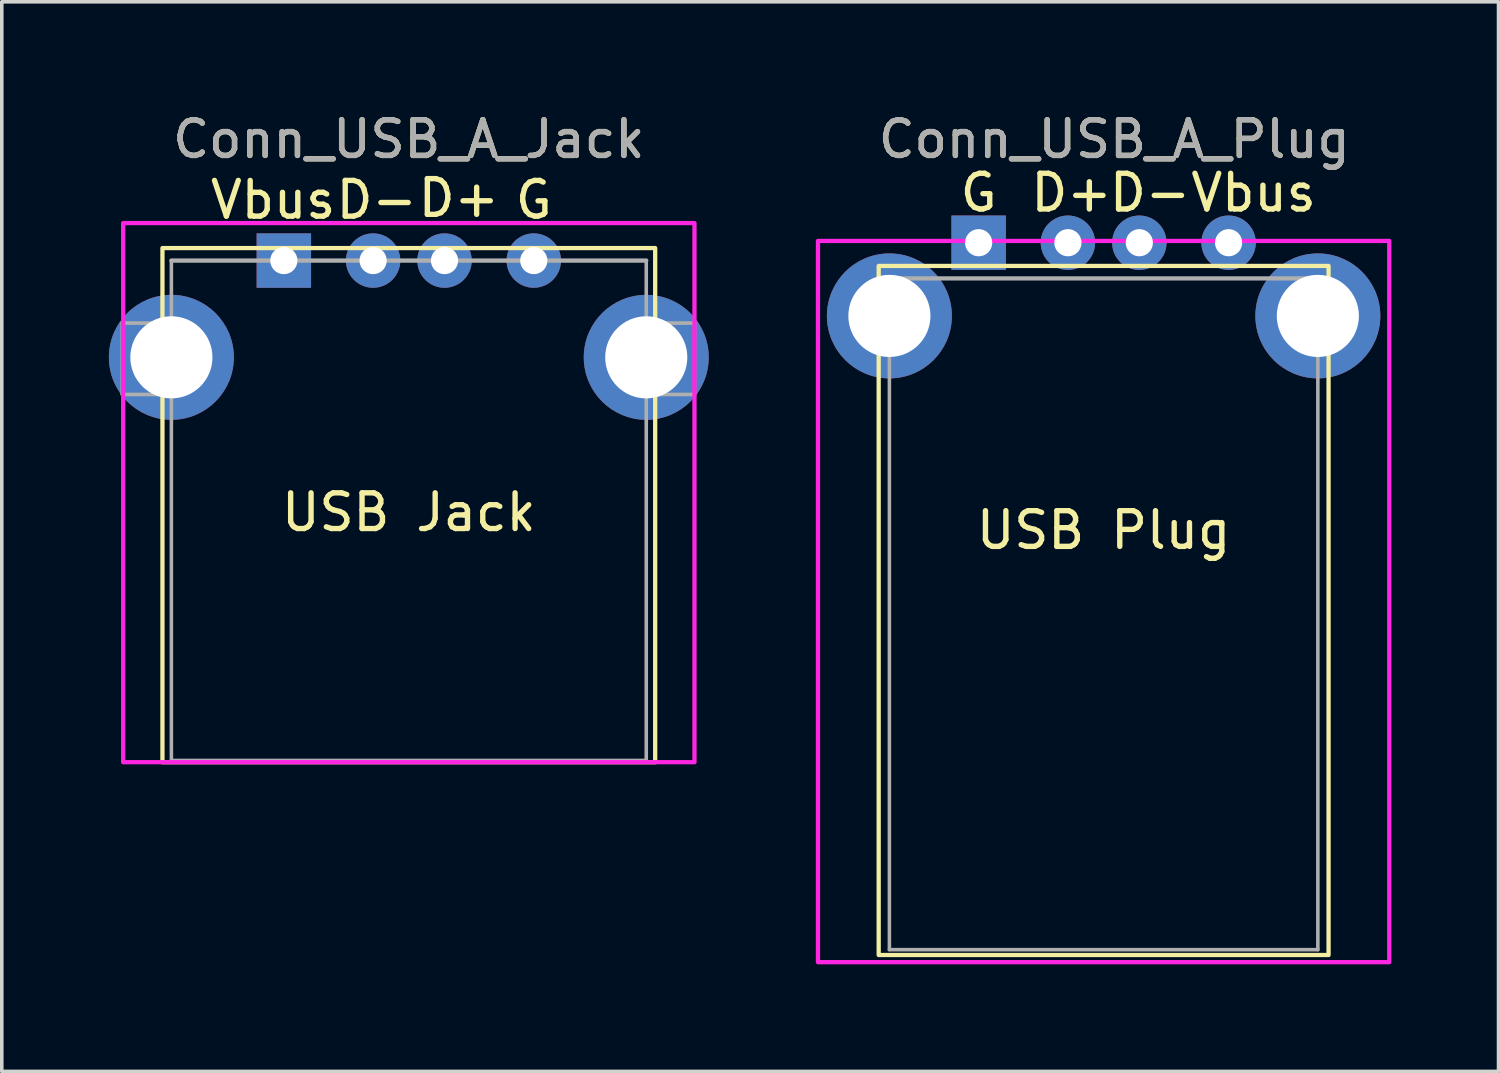
<source format=kicad_pcb>
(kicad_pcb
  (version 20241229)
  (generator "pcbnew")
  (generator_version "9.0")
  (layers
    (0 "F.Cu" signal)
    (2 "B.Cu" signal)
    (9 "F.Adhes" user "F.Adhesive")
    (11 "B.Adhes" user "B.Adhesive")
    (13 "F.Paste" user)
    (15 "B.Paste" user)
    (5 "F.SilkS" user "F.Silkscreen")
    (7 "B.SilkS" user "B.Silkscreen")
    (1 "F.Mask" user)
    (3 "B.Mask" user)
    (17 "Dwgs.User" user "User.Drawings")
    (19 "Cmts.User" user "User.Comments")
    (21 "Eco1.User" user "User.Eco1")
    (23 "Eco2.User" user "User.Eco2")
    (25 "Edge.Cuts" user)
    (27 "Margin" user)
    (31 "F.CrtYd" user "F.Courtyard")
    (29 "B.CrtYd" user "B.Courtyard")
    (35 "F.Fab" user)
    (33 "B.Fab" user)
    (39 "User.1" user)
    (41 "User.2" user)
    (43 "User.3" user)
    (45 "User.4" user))
  (footprint "Conn_USB_A_Jack"
    (layer "F.Cu")
    (at 8.4 4.248)
    (property "Reference" "Conn_USB_A_Jack" (at 0 -3.4 0) (unlocked yes) (layer "F.SilkS") (effects (font (size 1 1) (thickness 0.15))))
    (attr through_hole)
    (fp_rect (start -6.9 -0.35) (end 6.9 14.05) (stroke (width 0.12) (type solid)) (fill no) (layer "F.SilkS"))
    (fp_rect (start -8 -1.05) (end 8 14.05) (stroke (width 0.12) (type solid)) (fill no) (layer "F.CrtYd"))
    (fp_line (start -8.025 1.75) (end -8.025 3.75) (stroke (width 0.1) (type solid)) (layer "F.Fab"))
    (fp_line (start -8.025 3.75) (end -6.675 3.75) (stroke (width 0.1) (type solid)) (layer "F.Fab"))
    (fp_line (start -6.675 1.75) (end -8.025 1.75) (stroke (width 0.1) (type solid)) (layer "F.Fab"))
    (fp_line (start -6.65 0) (end 6.65 0) (stroke (width 0.12) (type solid)) (layer "F.Fab"))
    (fp_line (start -6.65 14) (end -6.65 0) (stroke (width 0.1) (type solid)) (layer "F.Fab"))
    (fp_line (start 6.65 0) (end 6.65 14) (stroke (width 0.1) (type solid)) (layer "F.Fab"))
    (fp_line (start 6.65 1.75) (end 8 1.75) (stroke (width 0.1) (type solid)) (layer "F.Fab"))
    (fp_line (start 6.65 14) (end -6.65 14) (stroke (width 0.1) (type solid)) (layer "F.Fab"))
    (fp_line (start 8 1.75) (end 8 3.75) (stroke (width 0.1) (type solid)) (layer "F.Fab"))
    (fp_line (start 8 3.75) (end 6.65 3.75) (stroke (width 0.1) (type solid)) (layer "F.Fab"))
    (fp_text user "D+" (at 1.4 -1.75 0) (unlocked yes) (layer "F.SilkS") (effects (font (size 1 1) (thickness 0.15))))
    (fp_text user "D-" (at -0.9 -1.7 0) (unlocked yes) (layer "F.SilkS") (effects (font (size 1 1) (thickness 0.15))))
    (fp_text user "Vbus" (at -3.8 -1.7 0) (unlocked yes) (layer "F.SilkS") (effects (font (size 1 1) (thickness 0.15))))
    (fp_text user "USB Jack" (at 0 7.05 0) (unlocked yes) (layer "F.SilkS") (effects (font (size 1 1) (thickness 0.15))))
    (fp_text user "G" (at 3.5 -1.7 0) (unlocked yes) (layer "F.SilkS") (effects (font (size 1 1) (thickness 0.15))))
    (fp_text user "${REFERENCE}" (at 0 -3.4 0) (unlocked yes) (layer "F.Fab") (effects (font (size 1 1) (thickness 0.15))))
    (pad "1" thru_hole rect (at -3.5 0) (size 1.524 1.524) (drill 0.762) (layers "*.Cu" "*.Mask"))
    (pad "2" thru_hole circle (at -1 0) (size 1.524 1.524) (drill 0.762) (layers "*.Cu" "*.Mask"))
    (pad "3" thru_hole circle (at 1 0) (size 1.524 1.524) (drill 0.762) (layers "*.Cu" "*.Mask"))
    (pad "4" thru_hole circle (at 3.5 0) (size 1.524 1.524) (drill 0.762) (layers "*.Cu" "*.Mask"))
    (pad "5" thru_hole circle (at -6.65 2.71) (size 3.5 3.5) (drill 2.3) (layers "*.Cu" "*.Mask"))
    (pad "5" thru_hole circle (at 6.65 2.71) (size 3.5 3.5) (drill 2.3) (layers "*.Cu" "*.Mask")))
  (footprint "Conn_USB_A_Plug"
    (layer "F.Cu")
    (at 27.86 3.698)
    (property "Reference" "Conn_USB_A_Plug" (at 0.3 -2.85 0) (unlocked yes) (layer "F.SilkS") (effects (font (size 1 1) (thickness 0.15))))
    (attr through_hole)
    (fp_rect (start -6.3 0.7) (end 6.3 20) (stroke (width 0.12) (type solid)) (fill no) (layer "F.SilkS"))
    (fp_rect (start -8 0) (end 8 20.2) (stroke (width 0.12) (type solid)) (fill no) (layer "F.CrtYd"))
    (fp_line (start -6 1.05) (end 6 1.05) (stroke (width 0.12) (type solid)) (layer "F.Fab"))
    (fp_line (start -6 19.85) (end -6 1.05) (stroke (width 0.1) (type solid)) (layer "F.Fab"))
    (fp_line (start 6 1.05) (end 6 19.85) (stroke (width 0.1) (type solid)) (layer "F.Fab"))
    (fp_line (start 6 19.85) (end -6 19.85) (stroke (width 0.1) (type solid)) (layer "F.Fab"))
    (fp_text user "D-" (at 1.3 -1.35 0) (unlocked yes) (layer "F.SilkS") (effects (font (size 1 1) (thickness 0.15))))
    (fp_text user "USB Plug" (at 0 8.1 0) (unlocked yes) (layer "F.SilkS") (effects (font (size 1 1) (thickness 0.15))))
    (fp_text user "Vbus" (at 4.2 -1.35 0) (unlocked yes) (layer "F.SilkS") (effects (font (size 1 1) (thickness 0.15))))
    (fp_text user "D+" (at -0.9 -1.35 0) (unlocked yes) (layer "F.SilkS") (effects (font (size 1 1) (thickness 0.15))))
    (fp_text user "G" (at -3.5 -1.35 0) (unlocked yes) (layer "F.SilkS") (effects (font (size 1 1) (thickness 0.15))))
    (fp_text user "${REFERENCE}" (at 0.3 -2.85 0) (unlocked yes) (layer "F.Fab") (effects (font (size 1 1) (thickness 0.15))))
    (pad "1" thru_hole circle (at 3.5 0.05) (size 1.524 1.524) (drill 0.762) (layers "*.Cu" "*.Mask"))
    (pad "2" thru_hole circle (at 1 0.05) (size 1.524 1.524) (drill 0.762) (layers "*.Cu" "*.Mask"))
    (pad "3" thru_hole circle (at -1 0.05) (size 1.524 1.524) (drill 0.762) (layers "*.Cu" "*.Mask"))
    (pad "4" thru_hole rect (at -3.5 0.05) (size 1.524 1.524) (drill 0.762) (layers "*.Cu" "*.Mask"))
    (pad "5" thru_hole circle (at -6 2.1) (size 3.5 3.5) (drill 2.3) (layers "*.Cu" "*.Mask"))
    (pad "5" thru_hole circle (at 6 2.1) (size 3.5 3.5) (drill 2.3) (layers "*.Cu" "*.Mask")))
  (gr_rect
    (start -3 -3)
    (end 38.92 26.958)
    (stroke (width 0.1) (type default))
    (fill no)
    (layer "Edge.Cuts")))
</source>
